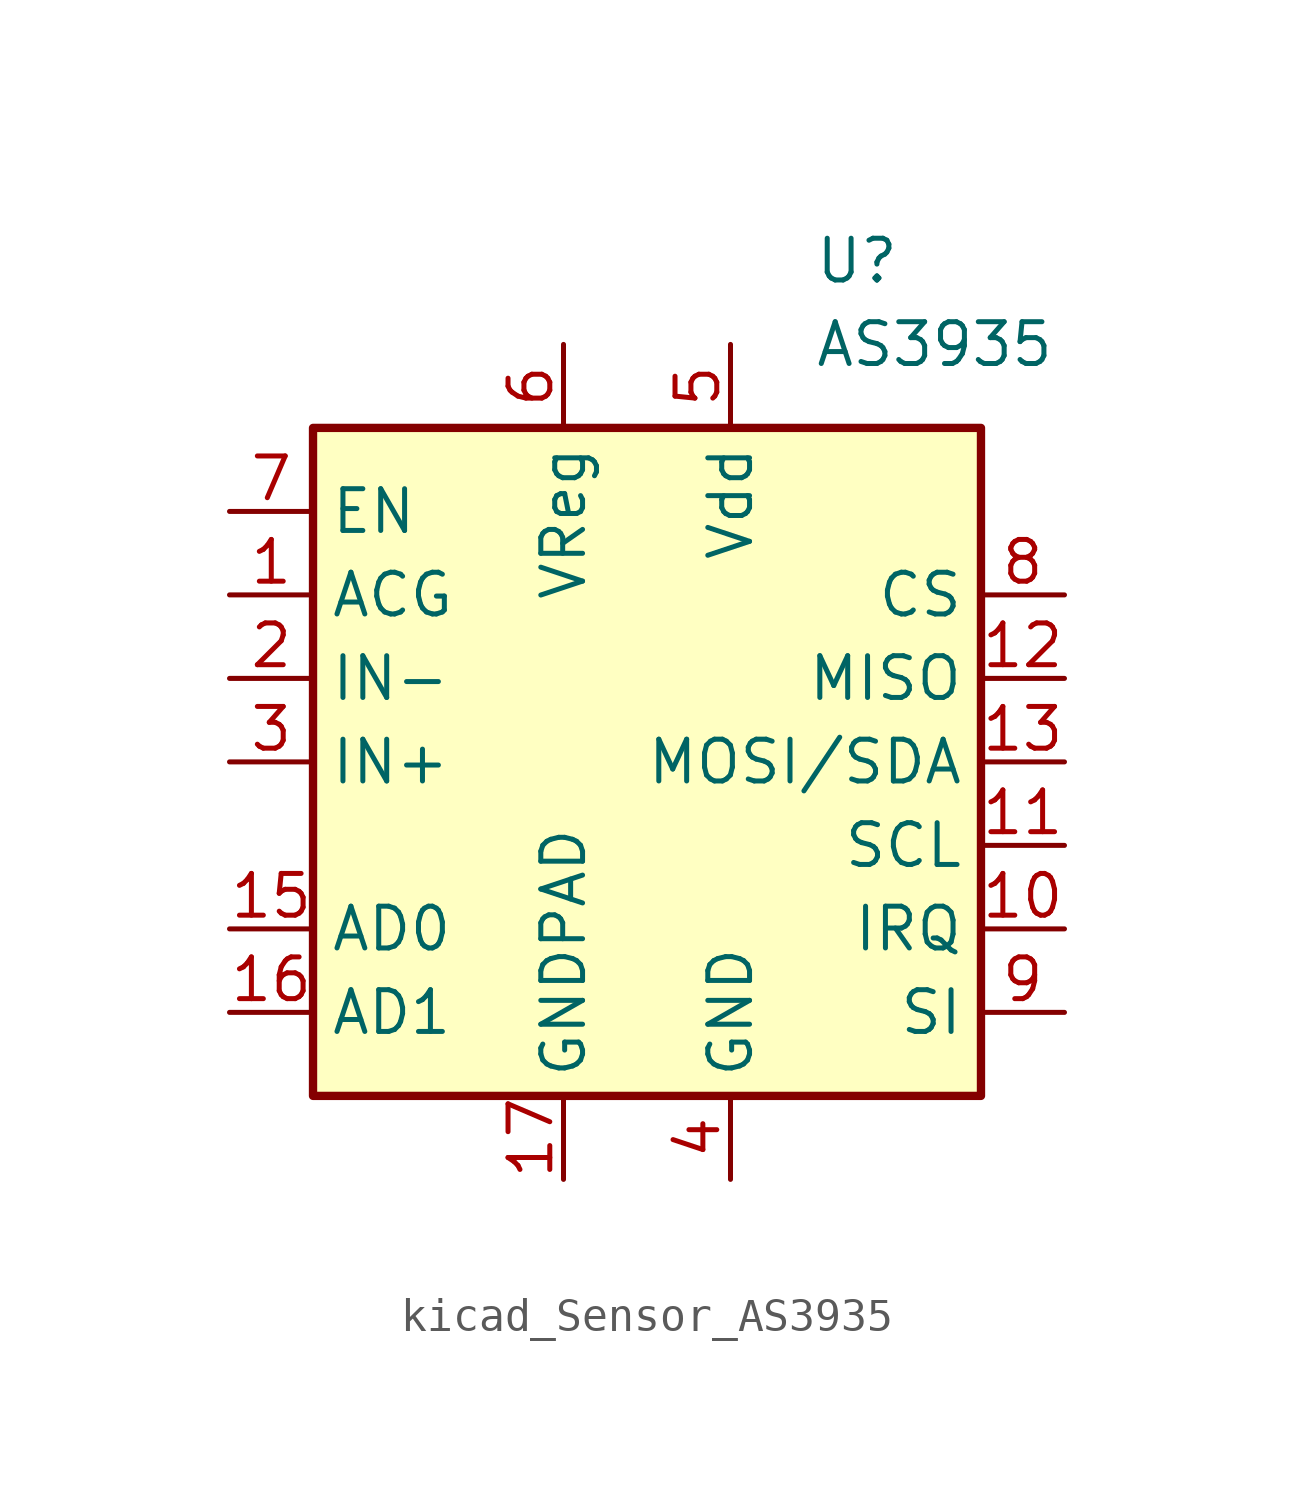
<source format=kicad_sym>
(kicad_symbol_lib
  (version 20220914)
  (generator kicad_symbol_editor)
  (symbol "kicad_Sensor_AS3935"
    (property "Reference" "U"
      (at 5.08 15.24 0)
      (effects (font (size 1.27 1.27)) (justify left)))
    (property "Value" "AS3935"
      (at 5.08 12.7 0)
      (effects (font (size 1.27 1.27)) (justify left)))
    (symbol "kicad_Sensor_AS3935_0_1"
      (rectangle (start -10.16 10.16) (end 10.16 -10.16) (stroke (width 0.254) (type default)) (fill (type background))))
    (symbol "kicad_Sensor_AS3935_1_1"
      (pin input line (at -12.7 5.08 0) (length 2.54) (name "ACG" (effects (font (size 1.27 1.27)))) (number "1" (effects (font (size 1.27 1.27)))))
      (pin bidirectional line (at 12.7 -5.08 180) (length 2.54) (name "IRQ" (effects (font (size 1.27 1.27)))) (number "10" (effects (font (size 1.27 1.27)))))
      (pin bidirectional line (at 12.7 -2.54 180) (length 2.54) (name "SCL" (effects (font (size 1.27 1.27)))) (number "11" (effects (font (size 1.27 1.27)))))
      (pin output line (at 12.7 2.54 180) (length 2.54) (name "MISO" (effects (font (size 1.27 1.27)))) (number "12" (effects (font (size 1.27 1.27)))))
      (pin bidirectional line (at 12.7 0 180) (length 2.54) (name "MOSI/SDA" (effects (font (size 1.27 1.27)))) (number "13" (effects (font (size 1.27 1.27)))))
      (pin input line (at -12.7 -5.08 0) (length 2.54) (name "AD0" (effects (font (size 1.27 1.27)))) (number "15" (effects (font (size 1.27 1.27)))))
      (pin input line (at -12.7 -7.62 0) (length 2.54) (name "AD1" (effects (font (size 1.27 1.27)))) (number "16" (effects (font (size 1.27 1.27)))))
      (pin power_in line (at -2.54 -12.7 90) (length 2.54) (name "GNDPAD" (effects (font (size 1.27 1.27)))) (number "17" (effects (font (size 1.27 1.27)))))
      (pin input line (at -12.7 2.54 0) (length 2.54) (name "IN-" (effects (font (size 1.27 1.27)))) (number "2" (effects (font (size 1.27 1.27)))))
      (pin input line (at -12.7 0 0) (length 2.54) (name "IN+" (effects (font (size 1.27 1.27)))) (number "3" (effects (font (size 1.27 1.27)))))
      (pin power_in line (at 2.54 -12.7 90) (length 2.54) (name "GND" (effects (font (size 1.27 1.27)))) (number "4" (effects (font (size 1.27 1.27)))))
      (pin power_in line (at 2.54 12.7 270) (length 2.54) (name "Vdd" (effects (font (size 1.27 1.27)))) (number "5" (effects (font (size 1.27 1.27)))))
      (pin passive line (at -2.54 12.7 270) (length 2.54) (name "VReg" (effects (font (size 1.27 1.27)))) (number "6" (effects (font (size 1.27 1.27)))))
      (pin input line (at -12.7 7.62 0) (length 2.54) (name "EN" (effects (font (size 1.27 1.27)))) (number "7" (effects (font (size 1.27 1.27)))))
      (pin input line (at 12.7 5.08 180) (length 2.54) (name "CS" (effects (font (size 1.27 1.27)))) (number "8" (effects (font (size 1.27 1.27)))))
      (pin input line (at 12.7 -7.62 180) (length 2.54) (name "SI" (effects (font (size 1.27 1.27)))) (number "9" (effects (font (size 1.27 1.27))))))))
</source>
